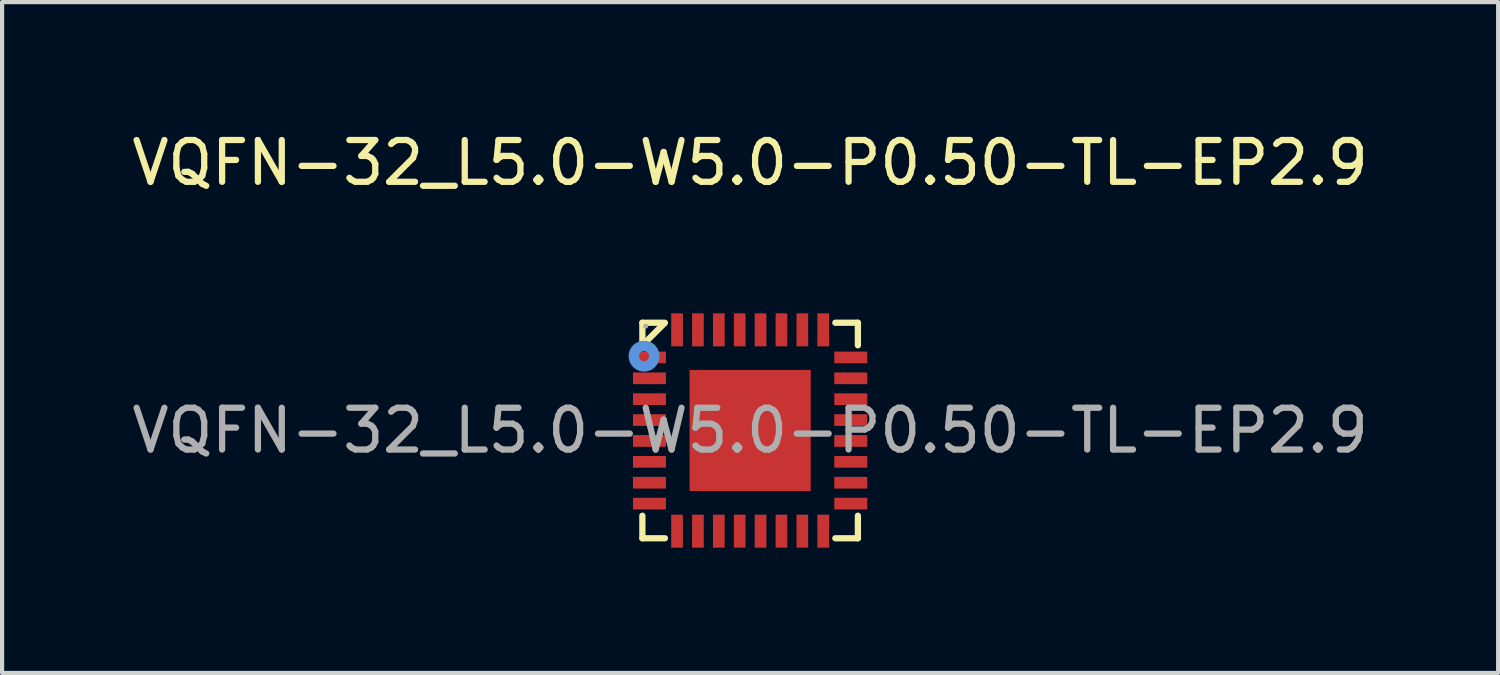
<source format=kicad_pcb>
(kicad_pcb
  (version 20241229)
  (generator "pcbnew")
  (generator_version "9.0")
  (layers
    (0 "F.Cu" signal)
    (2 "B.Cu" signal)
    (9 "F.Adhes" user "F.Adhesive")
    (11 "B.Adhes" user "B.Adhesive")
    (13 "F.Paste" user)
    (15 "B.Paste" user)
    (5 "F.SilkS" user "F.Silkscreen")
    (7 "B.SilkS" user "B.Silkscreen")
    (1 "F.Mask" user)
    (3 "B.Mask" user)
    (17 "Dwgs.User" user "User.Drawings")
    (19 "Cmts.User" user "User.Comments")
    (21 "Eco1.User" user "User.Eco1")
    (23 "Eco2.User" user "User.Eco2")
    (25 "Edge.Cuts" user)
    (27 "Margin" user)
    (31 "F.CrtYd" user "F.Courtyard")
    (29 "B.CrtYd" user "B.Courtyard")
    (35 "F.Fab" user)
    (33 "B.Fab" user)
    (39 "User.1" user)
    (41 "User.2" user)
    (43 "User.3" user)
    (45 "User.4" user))
  (footprint "VQFN-32_L5.0-W5.0-P0.50-TL-EP2.9"
    (layer "F.Cu")
    (at 14.911 7.258)
    (property "Reference" "VQFN-32_L5.0-W5.0-P0.50-TL-EP2.9" (at 0 -6.41 0) (layer "F.SilkS") (effects (font (size 1 1) (thickness 0.15))))
    (attr smd)
    (fp_line (start -2.58 -2.58) (end -2.04 -2.58) (stroke (width 0.15) (type solid)) (layer "F.SilkS"))
    (fp_line (start -2.58 -2.04) (end -2.58 -2.58) (stroke (width 0.15) (type solid)) (layer "F.SilkS"))
    (fp_line (start -2.58 2.04) (end -2.58 2.58) (stroke (width 0.15) (type solid)) (layer "F.SilkS"))
    (fp_line (start -2.58 2.58) (end -2.04 2.58) (stroke (width 0.15) (type solid)) (layer "F.SilkS"))
    (fp_line (start -2.07 -2.55) (end -2.55 -2.07) (stroke (width 0.15) (type solid)) (layer "F.SilkS"))
    (fp_line (start 2.58 -2.58) (end 2.04 -2.58) (stroke (width 0.15) (type solid)) (layer "F.SilkS"))
    (fp_line (start 2.58 -2.04) (end 2.58 -2.58) (stroke (width 0.15) (type solid)) (layer "F.SilkS"))
    (fp_line (start 2.58 2.04) (end 2.58 2.58) (stroke (width 0.15) (type solid)) (layer "F.SilkS"))
    (fp_line (start 2.58 2.58) (end 2.04 2.58) (stroke (width 0.15) (type solid)) (layer "F.SilkS"))
    (fp_circle (center -2.54 -1.78) (end -2.42 -1.78) (stroke (width 0.25) (type solid)) (fill no) (layer "Cmts.User"))
    (fp_circle (center -2.5 -2.5) (end -2.47 -2.5) (stroke (width 0.06) (type solid)) (fill no) (layer "F.Fab"))
    (fp_text user "${REFERENCE}" (at 0 0 0) (layer "F.Fab") (effects (font (size 1 1) (thickness 0.15))))
    (pad "1" smd rect (at -2.41 -1.75) (size 0.79 0.28) (layers "F.Cu" "F.Mask" "F.Paste"))
    (pad "2" smd rect (at -2.41 -1.25) (size 0.79 0.28) (layers "F.Cu" "F.Mask" "F.Paste"))
    (pad "3" smd rect (at -2.41 -0.75) (size 0.79 0.28) (layers "F.Cu" "F.Mask" "F.Paste"))
    (pad "4" smd rect (at -2.41 -0.25) (size 0.79 0.28) (layers "F.Cu" "F.Mask" "F.Paste"))
    (pad "5" smd rect (at -2.41 0.25) (size 0.79 0.28) (layers "F.Cu" "F.Mask" "F.Paste"))
    (pad "6" smd rect (at -2.41 0.75) (size 0.79 0.28) (layers "F.Cu" "F.Mask" "F.Paste"))
    (pad "7" smd rect (at -2.41 1.25) (size 0.79 0.28) (layers "F.Cu" "F.Mask" "F.Paste"))
    (pad "8" smd rect (at -2.41 1.75) (size 0.79 0.28) (layers "F.Cu" "F.Mask" "F.Paste"))
    (pad "9" smd rect (at -1.75 2.41) (size 0.28 0.79) (layers "F.Cu" "F.Mask" "F.Paste"))
    (pad "10" smd rect (at -1.25 2.41) (size 0.28 0.79) (layers "F.Cu" "F.Mask" "F.Paste"))
    (pad "11" smd rect (at -0.75 2.41) (size 0.28 0.79) (layers "F.Cu" "F.Mask" "F.Paste"))
    (pad "12" smd rect (at -0.25 2.41) (size 0.28 0.79) (layers "F.Cu" "F.Mask" "F.Paste"))
    (pad "13" smd rect (at 0.25 2.41) (size 0.28 0.79) (layers "F.Cu" "F.Mask" "F.Paste"))
    (pad "14" smd rect (at 0.75 2.41) (size 0.28 0.79) (layers "F.Cu" "F.Mask" "F.Paste"))
    (pad "15" smd rect (at 1.25 2.41) (size 0.28 0.79) (layers "F.Cu" "F.Mask" "F.Paste"))
    (pad "16" smd rect (at 1.75 2.41) (size 0.28 0.79) (layers "F.Cu" "F.Mask" "F.Paste"))
    (pad "17" smd rect (at 2.41 1.75) (size 0.79 0.28) (layers "F.Cu" "F.Mask" "F.Paste"))
    (pad "18" smd rect (at 2.41 1.25) (size 0.79 0.28) (layers "F.Cu" "F.Mask" "F.Paste"))
    (pad "19" smd rect (at 2.41 0.75) (size 0.79 0.28) (layers "F.Cu" "F.Mask" "F.Paste"))
    (pad "20" smd rect (at 2.41 0.25) (size 0.79 0.28) (layers "F.Cu" "F.Mask" "F.Paste"))
    (pad "21" smd rect (at 2.41 -0.25) (size 0.79 0.28) (layers "F.Cu" "F.Mask" "F.Paste"))
    (pad "22" smd rect (at 2.41 -0.75) (size 0.79 0.28) (layers "F.Cu" "F.Mask" "F.Paste"))
    (pad "23" smd rect (at 2.41 -1.25) (size 0.79 0.28) (layers "F.Cu" "F.Mask" "F.Paste"))
    (pad "24" smd rect (at 2.41 -1.75) (size 0.79 0.28) (layers "F.Cu" "F.Mask" "F.Paste"))
    (pad "25" smd rect (at 1.75 -2.41) (size 0.28 0.79) (layers "F.Cu" "F.Mask" "F.Paste"))
    (pad "26" smd rect (at 1.25 -2.41) (size 0.28 0.79) (layers "F.Cu" "F.Mask" "F.Paste"))
    (pad "27" smd rect (at 0.75 -2.41) (size 0.28 0.79) (layers "F.Cu" "F.Mask" "F.Paste"))
    (pad "28" smd rect (at 0.25 -2.41) (size 0.28 0.79) (layers "F.Cu" "F.Mask" "F.Paste"))
    (pad "29" smd rect (at -0.25 -2.41) (size 0.28 0.79) (layers "F.Cu" "F.Mask" "F.Paste"))
    (pad "30" smd rect (at -0.75 -2.41) (size 0.28 0.79) (layers "F.Cu" "F.Mask" "F.Paste"))
    (pad "31" smd rect (at -1.25 -2.41) (size 0.28 0.79) (layers "F.Cu" "F.Mask" "F.Paste"))
    (pad "32" smd rect (at -1.75 -2.41) (size 0.28 0.79) (layers "F.Cu" "F.Mask" "F.Paste"))
    (pad "33" smd rect (at 0 0) (size 2.9 2.9) (layers "F.Cu" "F.Mask" "F.Paste")))
  (gr_rect
    (start -3 -3)
    (end 32.821 13.063)
    (stroke (width 0.1) (type default))
    (fill no)
    (layer "Edge.Cuts")))
</source>
